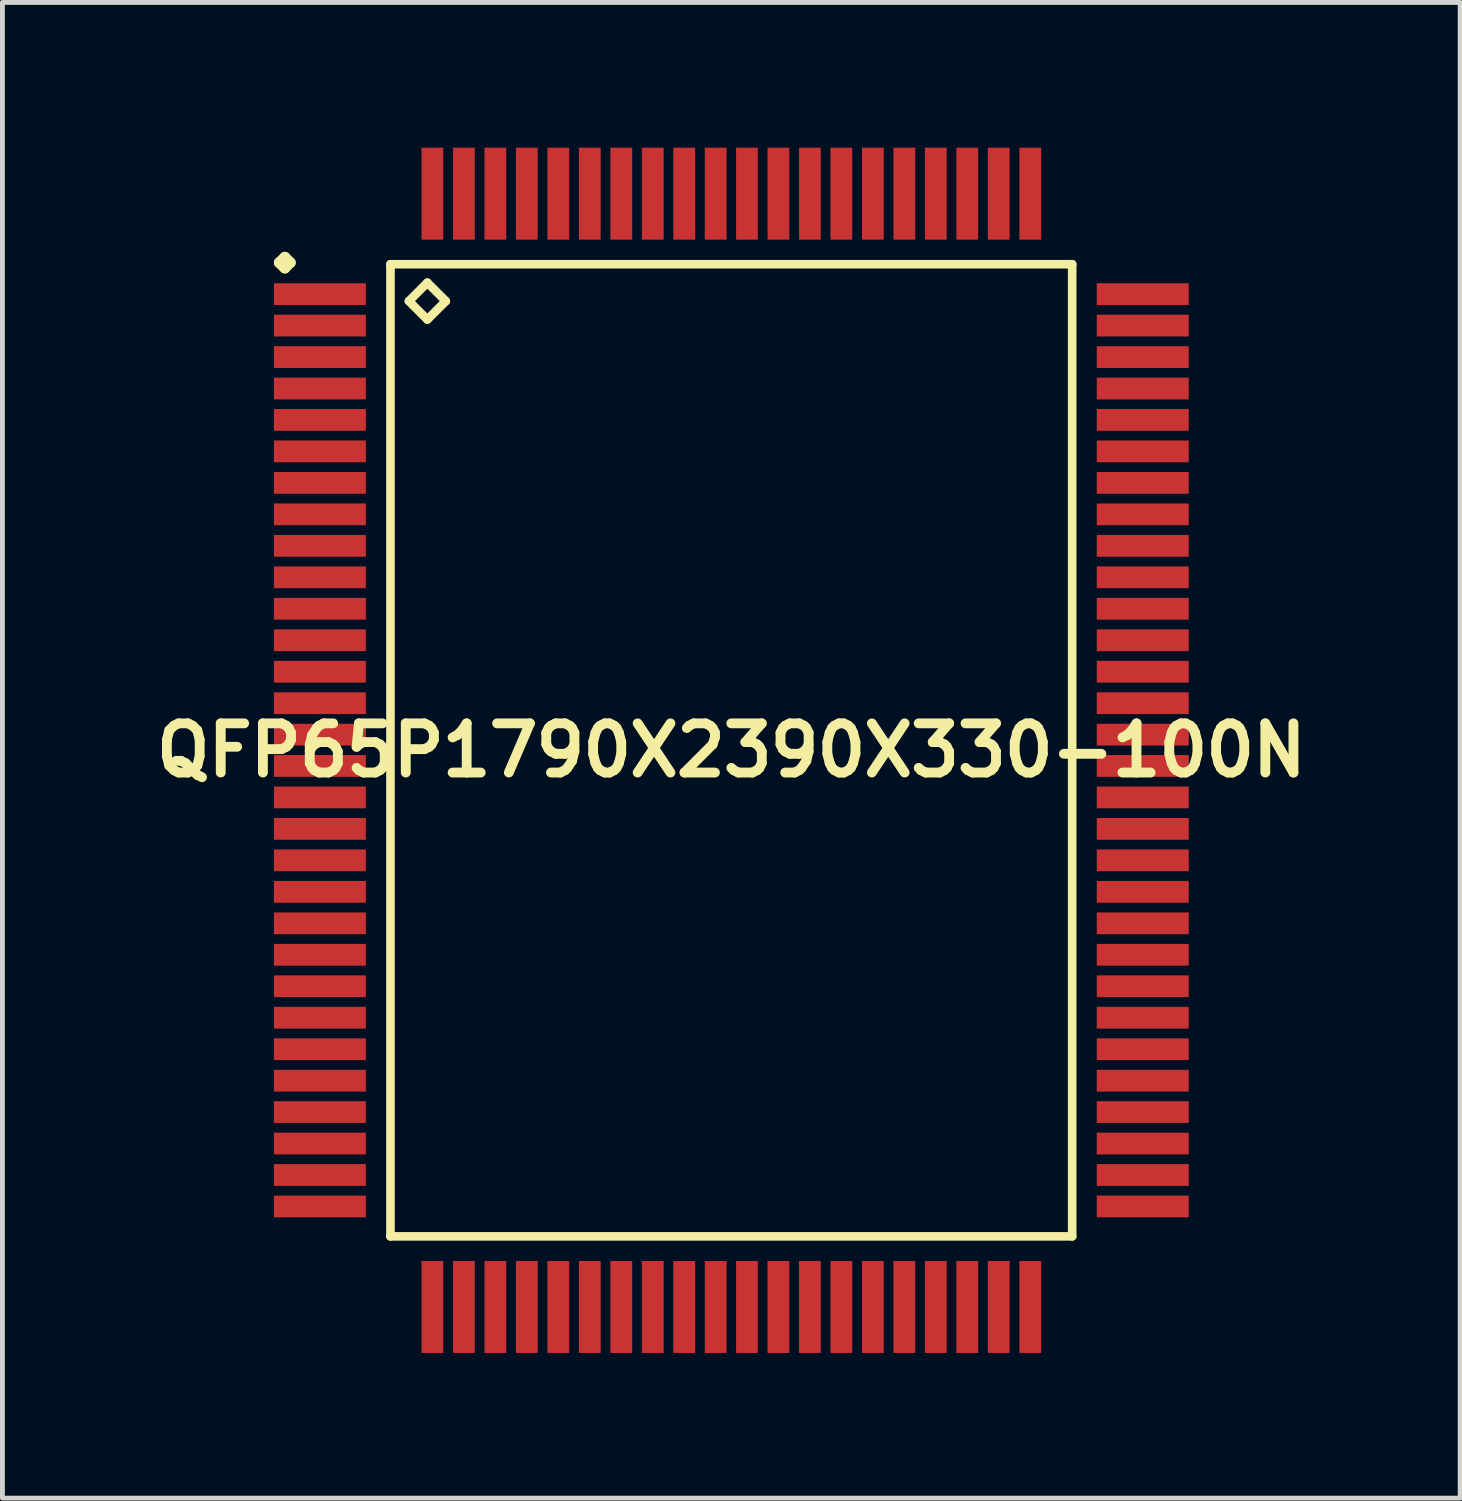
<source format=kicad_pcb>
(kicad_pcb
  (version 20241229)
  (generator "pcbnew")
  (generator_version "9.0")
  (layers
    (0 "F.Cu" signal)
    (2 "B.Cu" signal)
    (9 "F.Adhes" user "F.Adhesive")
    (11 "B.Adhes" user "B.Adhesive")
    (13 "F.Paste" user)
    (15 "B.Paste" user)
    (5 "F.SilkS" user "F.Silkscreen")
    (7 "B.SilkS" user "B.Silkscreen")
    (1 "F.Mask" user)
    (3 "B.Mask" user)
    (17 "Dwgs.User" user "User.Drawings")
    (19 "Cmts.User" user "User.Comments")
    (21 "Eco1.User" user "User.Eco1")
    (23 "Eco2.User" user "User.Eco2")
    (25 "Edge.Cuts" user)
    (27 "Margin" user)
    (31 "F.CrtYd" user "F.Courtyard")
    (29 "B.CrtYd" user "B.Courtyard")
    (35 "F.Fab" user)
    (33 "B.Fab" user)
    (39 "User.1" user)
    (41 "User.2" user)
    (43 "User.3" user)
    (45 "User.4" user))
  (footprint "QFP65P1790X2390X330-100N"
    (layer "F.Cu")
    (at 12.057 12.449)
    (property "Reference" "QFP65P1790X2390X330-100N" (at 0 0 0) (layer "F.SilkS") (effects (font (size 1.016 1.016) (thickness 0.203))))
    (attr smd)
    (fp_line (start -9.337 -10.074) (end -9.223 -10.185) (stroke (width 0.224) (type solid)) (layer "F.SilkS"))
    (fp_line (start -9.223 -10.185) (end -9.111 -10.074) (stroke (width 0.224) (type solid)) (layer "F.SilkS"))
    (fp_line (start -9.223 -9.962) (end -9.337 -10.074) (stroke (width 0.224) (type solid)) (layer "F.SilkS"))
    (fp_line (start -9.111 -10.074) (end -9.223 -9.962) (stroke (width 0.224) (type solid)) (layer "F.SilkS"))
    (fp_line (start -7.041 -10.041) (end -7.041 10.041) (stroke (width 0.178) (type solid)) (layer "F.SilkS"))
    (fp_line (start -7.041 10.041) (end 7.041 10.041) (stroke (width 0.178) (type solid)) (layer "F.SilkS"))
    (fp_line (start -6.66 -9.279) (end -6.279 -9.66) (stroke (width 0.178) (type solid)) (layer "F.SilkS"))
    (fp_line (start -6.279 -9.66) (end -5.898 -9.279) (stroke (width 0.178) (type solid)) (layer "F.SilkS"))
    (fp_line (start -6.279 -8.898) (end -6.66 -9.279) (stroke (width 0.178) (type solid)) (layer "F.SilkS"))
    (fp_line (start -5.898 -9.279) (end -6.279 -8.898) (stroke (width 0.178) (type solid)) (layer "F.SilkS"))
    (fp_line (start 7.041 -10.041) (end -7.041 -10.041) (stroke (width 0.178) (type solid)) (layer "F.SilkS"))
    (fp_line (start 7.041 10.041) (end 7.041 -10.041) (stroke (width 0.178) (type solid)) (layer "F.SilkS"))
    (pad "1" smd rect (at -8.499 -9.423) (size 1.9 0.45) (layers "F.Cu" "F.Mask" "F.Paste"))
    (pad "2" smd rect (at -8.499 -8.773) (size 1.9 0.45) (layers "F.Cu" "F.Mask" "F.Paste"))
    (pad "3" smd rect (at -8.499 -8.123) (size 1.9 0.45) (layers "F.Cu" "F.Mask" "F.Paste"))
    (pad "4" smd rect (at -8.499 -7.473) (size 1.9 0.45) (layers "F.Cu" "F.Mask" "F.Paste"))
    (pad "5" smd rect (at -8.499 -6.825) (size 1.9 0.45) (layers "F.Cu" "F.Mask" "F.Paste"))
    (pad "6" smd rect (at -8.499 -6.175) (size 1.9 0.45) (layers "F.Cu" "F.Mask" "F.Paste"))
    (pad "7" smd rect (at -8.499 -5.524) (size 1.9 0.45) (layers "F.Cu" "F.Mask" "F.Paste"))
    (pad "8" smd rect (at -8.499 -4.874) (size 1.9 0.45) (layers "F.Cu" "F.Mask" "F.Paste"))
    (pad "9" smd rect (at -8.499 -4.224) (size 1.9 0.45) (layers "F.Cu" "F.Mask" "F.Paste"))
    (pad "10" smd rect (at -8.499 -3.574) (size 1.9 0.45) (layers "F.Cu" "F.Mask" "F.Paste"))
    (pad "11" smd rect (at -8.499 -2.924) (size 1.9 0.45) (layers "F.Cu" "F.Mask" "F.Paste"))
    (pad "12" smd rect (at -8.499 -2.273) (size 1.9 0.45) (layers "F.Cu" "F.Mask" "F.Paste"))
    (pad "13" smd rect (at -8.499 -1.623) (size 1.9 0.45) (layers "F.Cu" "F.Mask" "F.Paste"))
    (pad "14" smd rect (at -8.499 -0.973) (size 1.9 0.45) (layers "F.Cu" "F.Mask" "F.Paste"))
    (pad "15" smd rect (at -8.499 -0.323) (size 1.9 0.45) (layers "F.Cu" "F.Mask" "F.Paste"))
    (pad "16" smd rect (at -8.499 0.323) (size 1.9 0.45) (layers "F.Cu" "F.Mask" "F.Paste"))
    (pad "17" smd rect (at -8.499 0.973) (size 1.9 0.45) (layers "F.Cu" "F.Mask" "F.Paste"))
    (pad "18" smd rect (at -8.499 1.623) (size 1.9 0.45) (layers "F.Cu" "F.Mask" "F.Paste"))
    (pad "19" smd rect (at -8.499 2.273) (size 1.9 0.45) (layers "F.Cu" "F.Mask" "F.Paste"))
    (pad "20" smd rect (at -8.499 2.924) (size 1.9 0.45) (layers "F.Cu" "F.Mask" "F.Paste"))
    (pad "21" smd rect (at -8.499 3.574) (size 1.9 0.45) (layers "F.Cu" "F.Mask" "F.Paste"))
    (pad "22" smd rect (at -8.499 4.224) (size 1.9 0.45) (layers "F.Cu" "F.Mask" "F.Paste"))
    (pad "23" smd rect (at -8.499 4.874) (size 1.9 0.45) (layers "F.Cu" "F.Mask" "F.Paste"))
    (pad "24" smd rect (at -8.499 5.524) (size 1.9 0.45) (layers "F.Cu" "F.Mask" "F.Paste"))
    (pad "25" smd rect (at -8.499 6.175) (size 1.9 0.45) (layers "F.Cu" "F.Mask" "F.Paste"))
    (pad "26" smd rect (at -8.499 6.825) (size 1.9 0.45) (layers "F.Cu" "F.Mask" "F.Paste"))
    (pad "27" smd rect (at -8.499 7.473) (size 1.9 0.45) (layers "F.Cu" "F.Mask" "F.Paste"))
    (pad "28" smd rect (at -8.499 8.123) (size 1.9 0.45) (layers "F.Cu" "F.Mask" "F.Paste"))
    (pad "29" smd rect (at -8.499 8.773) (size 1.9 0.45) (layers "F.Cu" "F.Mask" "F.Paste"))
    (pad "30" smd rect (at -8.499 9.423) (size 1.9 0.45) (layers "F.Cu" "F.Mask" "F.Paste"))
    (pad "31" smd rect (at -6.175 11.499) (size 0.45 1.9) (layers "F.Cu" "F.Mask" "F.Paste"))
    (pad "32" smd rect (at -5.524 11.499) (size 0.45 1.9) (layers "F.Cu" "F.Mask" "F.Paste"))
    (pad "33" smd rect (at -4.874 11.499) (size 0.45 1.9) (layers "F.Cu" "F.Mask" "F.Paste"))
    (pad "34" smd rect (at -4.224 11.499) (size 0.45 1.9) (layers "F.Cu" "F.Mask" "F.Paste"))
    (pad "35" smd rect (at -3.574 11.499) (size 0.45 1.9) (layers "F.Cu" "F.Mask" "F.Paste"))
    (pad "36" smd rect (at -2.924 11.499) (size 0.45 1.9) (layers "F.Cu" "F.Mask" "F.Paste"))
    (pad "37" smd rect (at -2.273 11.499) (size 0.45 1.9) (layers "F.Cu" "F.Mask" "F.Paste"))
    (pad "38" smd rect (at -1.623 11.499) (size 0.45 1.9) (layers "F.Cu" "F.Mask" "F.Paste"))
    (pad "39" smd rect (at -0.973 11.499) (size 0.45 1.9) (layers "F.Cu" "F.Mask" "F.Paste"))
    (pad "40" smd rect (at -0.323 11.499) (size 0.45 1.9) (layers "F.Cu" "F.Mask" "F.Paste"))
    (pad "41" smd rect (at 0.323 11.499) (size 0.45 1.9) (layers "F.Cu" "F.Mask" "F.Paste"))
    (pad "42" smd rect (at 0.973 11.499) (size 0.45 1.9) (layers "F.Cu" "F.Mask" "F.Paste"))
    (pad "43" smd rect (at 1.623 11.499) (size 0.45 1.9) (layers "F.Cu" "F.Mask" "F.Paste"))
    (pad "44" smd rect (at 2.273 11.499) (size 0.45 1.9) (layers "F.Cu" "F.Mask" "F.Paste"))
    (pad "45" smd rect (at 2.924 11.499) (size 0.45 1.9) (layers "F.Cu" "F.Mask" "F.Paste"))
    (pad "46" smd rect (at 3.574 11.499) (size 0.45 1.9) (layers "F.Cu" "F.Mask" "F.Paste"))
    (pad "47" smd rect (at 4.224 11.499) (size 0.45 1.9) (layers "F.Cu" "F.Mask" "F.Paste"))
    (pad "48" smd rect (at 4.874 11.499) (size 0.45 1.9) (layers "F.Cu" "F.Mask" "F.Paste"))
    (pad "49" smd rect (at 5.524 11.499) (size 0.45 1.9) (layers "F.Cu" "F.Mask" "F.Paste"))
    (pad "50" smd rect (at 6.175 11.499) (size 0.45 1.9) (layers "F.Cu" "F.Mask" "F.Paste"))
    (pad "51" smd rect (at 8.499 9.423) (size 1.9 0.45) (layers "F.Cu" "F.Mask" "F.Paste"))
    (pad "52" smd rect (at 8.499 8.773) (size 1.9 0.45) (layers "F.Cu" "F.Mask" "F.Paste"))
    (pad "53" smd rect (at 8.499 8.123) (size 1.9 0.45) (layers "F.Cu" "F.Mask" "F.Paste"))
    (pad "54" smd rect (at 8.499 7.473) (size 1.9 0.45) (layers "F.Cu" "F.Mask" "F.Paste"))
    (pad "55" smd rect (at 8.499 6.825) (size 1.9 0.45) (layers "F.Cu" "F.Mask" "F.Paste"))
    (pad "56" smd rect (at 8.499 6.175) (size 1.9 0.45) (layers "F.Cu" "F.Mask" "F.Paste"))
    (pad "57" smd rect (at 8.499 5.524) (size 1.9 0.45) (layers "F.Cu" "F.Mask" "F.Paste"))
    (pad "58" smd rect (at 8.499 4.874) (size 1.9 0.45) (layers "F.Cu" "F.Mask" "F.Paste"))
    (pad "59" smd rect (at 8.499 4.224) (size 1.9 0.45) (layers "F.Cu" "F.Mask" "F.Paste"))
    (pad "60" smd rect (at 8.499 3.574) (size 1.9 0.45) (layers "F.Cu" "F.Mask" "F.Paste"))
    (pad "61" smd rect (at 8.499 2.924) (size 1.9 0.45) (layers "F.Cu" "F.Mask" "F.Paste"))
    (pad "62" smd rect (at 8.499 2.273) (size 1.9 0.45) (layers "F.Cu" "F.Mask" "F.Paste"))
    (pad "63" smd rect (at 8.499 1.623) (size 1.9 0.45) (layers "F.Cu" "F.Mask" "F.Paste"))
    (pad "64" smd rect (at 8.499 0.973) (size 1.9 0.45) (layers "F.Cu" "F.Mask" "F.Paste"))
    (pad "65" smd rect (at 8.499 0.323) (size 1.9 0.45) (layers "F.Cu" "F.Mask" "F.Paste"))
    (pad "66" smd rect (at 8.499 -0.323) (size 1.9 0.45) (layers "F.Cu" "F.Mask" "F.Paste"))
    (pad "67" smd rect (at 8.499 -0.973) (size 1.9 0.45) (layers "F.Cu" "F.Mask" "F.Paste"))
    (pad "68" smd rect (at 8.499 -1.623) (size 1.9 0.45) (layers "F.Cu" "F.Mask" "F.Paste"))
    (pad "69" smd rect (at 8.499 -2.273) (size 1.9 0.45) (layers "F.Cu" "F.Mask" "F.Paste"))
    (pad "70" smd rect (at 8.499 -2.924) (size 1.9 0.45) (layers "F.Cu" "F.Mask" "F.Paste"))
    (pad "71" smd rect (at 8.499 -3.574) (size 1.9 0.45) (layers "F.Cu" "F.Mask" "F.Paste"))
    (pad "72" smd rect (at 8.499 -4.224) (size 1.9 0.45) (layers "F.Cu" "F.Mask" "F.Paste"))
    (pad "73" smd rect (at 8.499 -4.874) (size 1.9 0.45) (layers "F.Cu" "F.Mask" "F.Paste"))
    (pad "74" smd rect (at 8.499 -5.524) (size 1.9 0.45) (layers "F.Cu" "F.Mask" "F.Paste"))
    (pad "75" smd rect (at 8.499 -6.175) (size 1.9 0.45) (layers "F.Cu" "F.Mask" "F.Paste"))
    (pad "76" smd rect (at 8.499 -6.825) (size 1.9 0.45) (layers "F.Cu" "F.Mask" "F.Paste"))
    (pad "77" smd rect (at 8.499 -7.473) (size 1.9 0.45) (layers "F.Cu" "F.Mask" "F.Paste"))
    (pad "78" smd rect (at 8.499 -8.123) (size 1.9 0.45) (layers "F.Cu" "F.Mask" "F.Paste"))
    (pad "79" smd rect (at 8.499 -8.773) (size 1.9 0.45) (layers "F.Cu" "F.Mask" "F.Paste"))
    (pad "80" smd rect (at 8.499 -9.423) (size 1.9 0.45) (layers "F.Cu" "F.Mask" "F.Paste"))
    (pad "81" smd rect (at 6.175 -11.499) (size 0.45 1.9) (layers "F.Cu" "F.Mask" "F.Paste"))
    (pad "82" smd rect (at 5.524 -11.499) (size 0.45 1.9) (layers "F.Cu" "F.Mask" "F.Paste"))
    (pad "83" smd rect (at 4.874 -11.499) (size 0.45 1.9) (layers "F.Cu" "F.Mask" "F.Paste"))
    (pad "84" smd rect (at 4.224 -11.499) (size 0.45 1.9) (layers "F.Cu" "F.Mask" "F.Paste"))
    (pad "85" smd rect (at 3.574 -11.499) (size 0.45 1.9) (layers "F.Cu" "F.Mask" "F.Paste"))
    (pad "86" smd rect (at 2.924 -11.499) (size 0.45 1.9) (layers "F.Cu" "F.Mask" "F.Paste"))
    (pad "87" smd rect (at 2.273 -11.499) (size 0.45 1.9) (layers "F.Cu" "F.Mask" "F.Paste"))
    (pad "88" smd rect (at 1.623 -11.499) (size 0.45 1.9) (layers "F.Cu" "F.Mask" "F.Paste"))
    (pad "89" smd rect (at 0.973 -11.499) (size 0.45 1.9) (layers "F.Cu" "F.Mask" "F.Paste"))
    (pad "90" smd rect (at 0.323 -11.499) (size 0.45 1.9) (layers "F.Cu" "F.Mask" "F.Paste"))
    (pad "91" smd rect (at -0.323 -11.499) (size 0.45 1.9) (layers "F.Cu" "F.Mask" "F.Paste"))
    (pad "92" smd rect (at -0.973 -11.499) (size 0.45 1.9) (layers "F.Cu" "F.Mask" "F.Paste"))
    (pad "93" smd rect (at -1.623 -11.499) (size 0.45 1.9) (layers "F.Cu" "F.Mask" "F.Paste"))
    (pad "94" smd rect (at -2.273 -11.499) (size 0.45 1.9) (layers "F.Cu" "F.Mask" "F.Paste"))
    (pad "95" smd rect (at -2.924 -11.499) (size 0.45 1.9) (layers "F.Cu" "F.Mask" "F.Paste"))
    (pad "96" smd rect (at -3.574 -11.499) (size 0.45 1.9) (layers "F.Cu" "F.Mask" "F.Paste"))
    (pad "97" smd rect (at -4.224 -11.499) (size 0.45 1.9) (layers "F.Cu" "F.Mask" "F.Paste"))
    (pad "98" smd rect (at -4.874 -11.499) (size 0.45 1.9) (layers "F.Cu" "F.Mask" "F.Paste"))
    (pad "99" smd rect (at -5.524 -11.499) (size 0.45 1.9) (layers "F.Cu" "F.Mask" "F.Paste"))
    (pad "100" smd rect (at -6.175 -11.499) (size 0.45 1.9) (layers "F.Cu" "F.Mask" "F.Paste")))
  (gr_rect
    (start -3 -3)
    (end 27.113 27.897)
    (stroke (width 0.1) (type default))
    (fill no)
    (layer "Edge.Cuts")))
</source>
